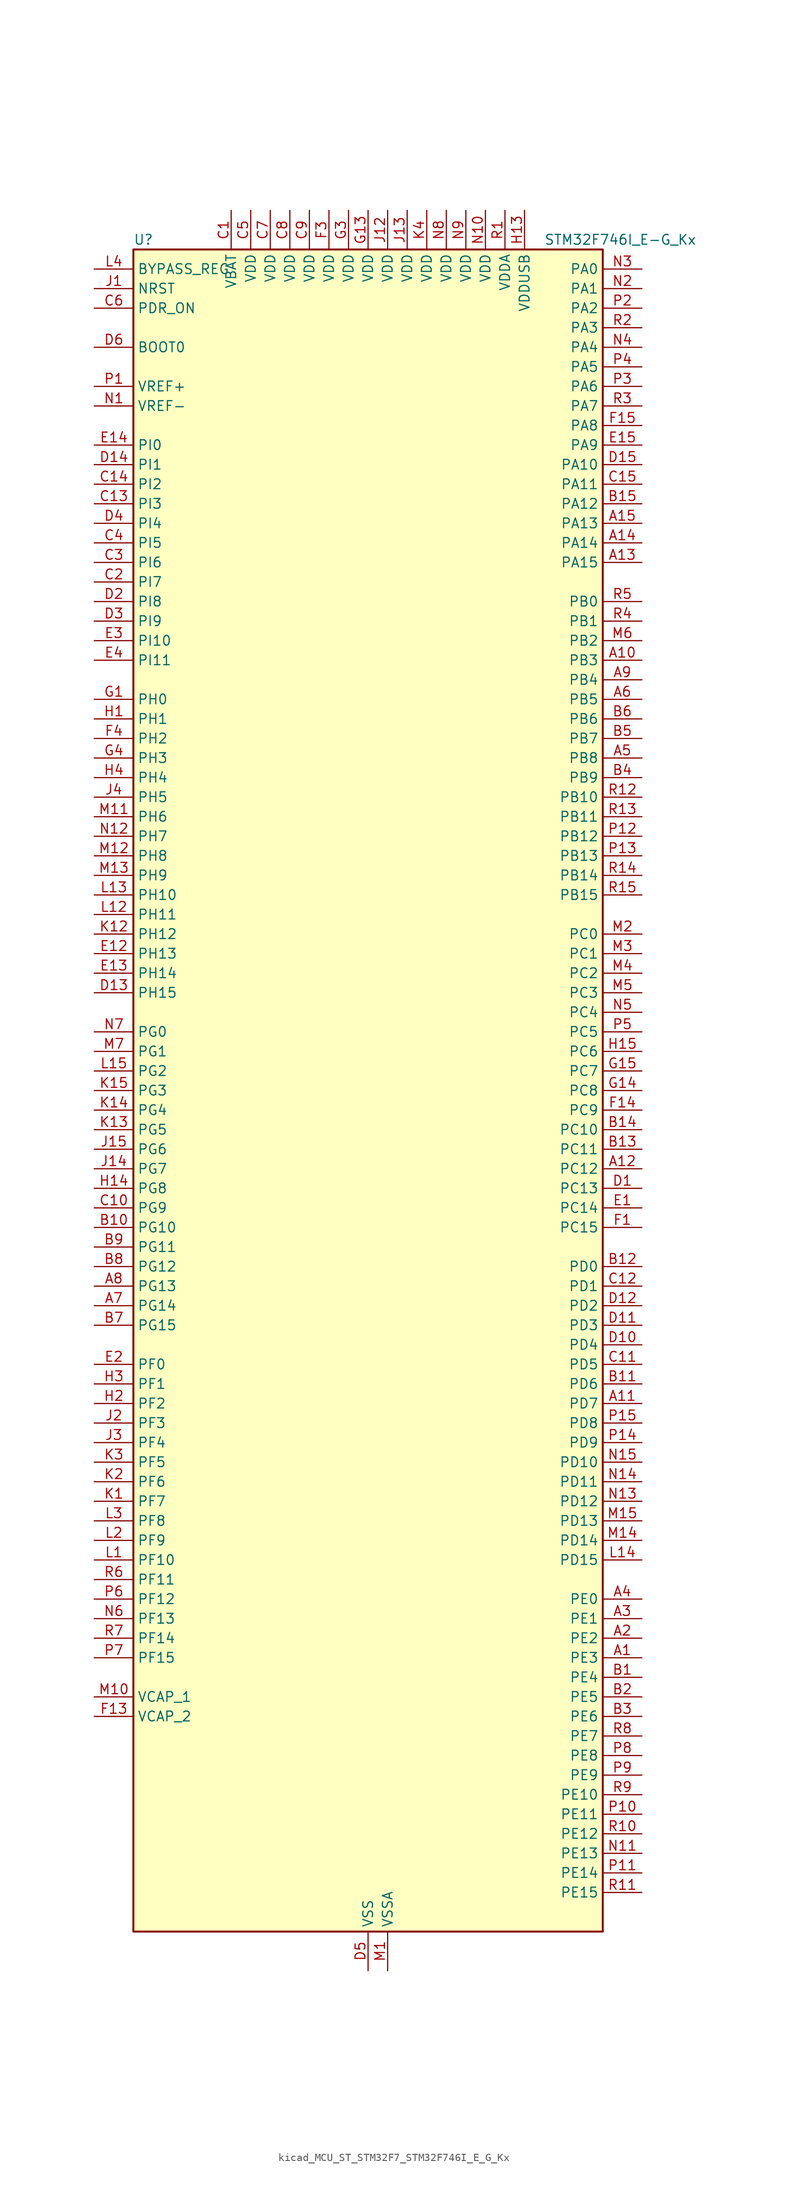
<source format=kicad_sym>
(kicad_symbol_lib
  (version 20220914)
  (generator kicad_symbol_editor)
  (symbol "kicad_MCU_ST_STM32F7_STM32F746I_E_G_Kx"
    (property "Reference" "U"
      (at -30.48 110.49 0)
      (effects (font (size 1.27 1.27)) (justify left)))
    (property "Value" "STM32F746I_E-G_Kx"
      (at 22.86 110.49 0)
      (effects (font (size 1.27 1.27)) (justify left)))
    (property "ki_locked" ""
      (at 0 0 0)
      (effects (font (size 1.27 1.27))))
    (symbol "kicad_MCU_ST_STM32F7_STM32F746I_E_G_Kx_0_1"
      (rectangle (start -30.48 -109.22) (end 30.48 109.22) (stroke (width 0.254) (type default)) (fill (type background))))
    (symbol "kicad_MCU_ST_STM32F7_STM32F746I_E_G_Kx_1_1"
      (pin bidirectional line (at 35.56 -73.66 180) (length 5.08) (name "PE3" (effects (font (size 1.27 1.27)))) (number "A1" (effects (font (size 1.27 1.27)))) (alternate "FMC_A19" bidirectional line) (alternate "SAI1_SD_B" bidirectional line) (alternate "SYS_TRACED0" bidirectional line))
      (pin bidirectional line (at 35.56 55.88 180) (length 5.08) (name "PB3" (effects (font (size 1.27 1.27)))) (number "A10" (effects (font (size 1.27 1.27)))) (alternate "I2S1_CK" bidirectional line) (alternate "I2S3_CK" bidirectional line) (alternate "SPI1_SCK" bidirectional line) (alternate "SPI3_SCK" bidirectional line) (alternate "SYS_JTDO-SWO" bidirectional line) (alternate "TIM2_CH2" bidirectional line))
      (pin bidirectional line (at 35.56 -40.64 180) (length 5.08) (name "PD7" (effects (font (size 1.27 1.27)))) (number "A11" (effects (font (size 1.27 1.27)))) (alternate "FMC_NE1" bidirectional line) (alternate "SPDIFRX_IN0" bidirectional line) (alternate "USART2_CK" bidirectional line))
      (pin bidirectional line (at 35.56 -10.16 180) (length 5.08) (name "PC12" (effects (font (size 1.27 1.27)))) (number "A12" (effects (font (size 1.27 1.27)))) (alternate "DCMI_D9" bidirectional line) (alternate "I2S3_SD" bidirectional line) (alternate "SDMMC1_CK" bidirectional line) (alternate "SPI3_MOSI" bidirectional line) (alternate "SYS_TRACED3" bidirectional line) (alternate "UART5_TX" bidirectional line) (alternate "USART3_CK" bidirectional line))
      (pin bidirectional line (at 35.56 68.58 180) (length 5.08) (name "PA15" (effects (font (size 1.27 1.27)))) (number "A13" (effects (font (size 1.27 1.27)))) (alternate "CEC" bidirectional line) (alternate "I2S1_WS" bidirectional line) (alternate "I2S3_WS" bidirectional line) (alternate "SPI1_NSS" bidirectional line) (alternate "SPI3_NSS" bidirectional line) (alternate "SYS_JTDI" bidirectional line) (alternate "TIM2_CH1" bidirectional line) (alternate "TIM2_ETR" bidirectional line) (alternate "UART4_DE" bidirectional line) (alternate "UART4_RTS" bidirectional line))
      (pin bidirectional line (at 35.56 71.12 180) (length 5.08) (name "PA14" (effects (font (size 1.27 1.27)))) (number "A14" (effects (font (size 1.27 1.27)))) (alternate "SYS_JTCK-SWCLK" bidirectional line))
      (pin bidirectional line (at 35.56 73.66 180) (length 5.08) (name "PA13" (effects (font (size 1.27 1.27)))) (number "A15" (effects (font (size 1.27 1.27)))) (alternate "SYS_JTMS-SWDIO" bidirectional line))
      (pin bidirectional line (at 35.56 -71.12 180) (length 5.08) (name "PE2" (effects (font (size 1.27 1.27)))) (number "A2" (effects (font (size 1.27 1.27)))) (alternate "ETH_TXD3" bidirectional line) (alternate "FMC_A23" bidirectional line) (alternate "QUADSPI_BK1_IO2" bidirectional line) (alternate "SAI1_MCLK_A" bidirectional line) (alternate "SPI4_SCK" bidirectional line) (alternate "SYS_TRACECLK" bidirectional line))
      (pin bidirectional line (at 35.56 -68.58 180) (length 5.08) (name "PE1" (effects (font (size 1.27 1.27)))) (number "A3" (effects (font (size 1.27 1.27)))) (alternate "DCMI_D3" bidirectional line) (alternate "FMC_NBL1" bidirectional line) (alternate "LPTIM1_IN2" bidirectional line) (alternate "UART8_TX" bidirectional line))
      (pin bidirectional line (at 35.56 -66.04 180) (length 5.08) (name "PE0" (effects (font (size 1.27 1.27)))) (number "A4" (effects (font (size 1.27 1.27)))) (alternate "DCMI_D2" bidirectional line) (alternate "FMC_NBL0" bidirectional line) (alternate "LPTIM1_ETR" bidirectional line) (alternate "SAI2_MCLK_A" bidirectional line) (alternate "TIM4_ETR" bidirectional line) (alternate "UART8_RX" bidirectional line))
      (pin bidirectional line (at 35.56 43.18 180) (length 5.08) (name "PB8" (effects (font (size 1.27 1.27)))) (number "A5" (effects (font (size 1.27 1.27)))) (alternate "CAN1_RX" bidirectional line) (alternate "DCMI_D6" bidirectional line) (alternate "ETH_TXD3" bidirectional line) (alternate "I2C1_SCL" bidirectional line) (alternate "LTDC_B6" bidirectional line) (alternate "SDMMC1_D4" bidirectional line) (alternate "TIM10_CH1" bidirectional line) (alternate "TIM4_CH3" bidirectional line))
      (pin bidirectional line (at 35.56 50.8 180) (length 5.08) (name "PB5" (effects (font (size 1.27 1.27)))) (number "A6" (effects (font (size 1.27 1.27)))) (alternate "CAN2_RX" bidirectional line) (alternate "DCMI_D10" bidirectional line) (alternate "ETH_PPS_OUT" bidirectional line) (alternate "FMC_SDCKE1" bidirectional line) (alternate "I2C1_SMBA" bidirectional line) (alternate "I2S1_SD" bidirectional line) (alternate "I2S3_SD" bidirectional line) (alternate "SPI1_MOSI" bidirectional line) (alternate "SPI3_MOSI" bidirectional line) (alternate "TIM3_CH2" bidirectional line) (alternate "USB_OTG_HS_ULPI_D7" bidirectional line))
      (pin bidirectional line (at -35.56 -27.94 0) (length 5.08) (name "PG14" (effects (font (size 1.27 1.27)))) (number "A7" (effects (font (size 1.27 1.27)))) (alternate "ETH_TXD1" bidirectional line) (alternate "FMC_A25" bidirectional line) (alternate "LPTIM1_ETR" bidirectional line) (alternate "LTDC_B0" bidirectional line) (alternate "QUADSPI_BK2_IO3" bidirectional line) (alternate "SPI6_MOSI" bidirectional line) (alternate "SYS_TRACED1" bidirectional line) (alternate "USART6_TX" bidirectional line))
      (pin bidirectional line (at -35.56 -25.4 0) (length 5.08) (name "PG13" (effects (font (size 1.27 1.27)))) (number "A8" (effects (font (size 1.27 1.27)))) (alternate "ETH_TXD0" bidirectional line) (alternate "FMC_A24" bidirectional line) (alternate "LPTIM1_OUT" bidirectional line) (alternate "LTDC_R0" bidirectional line) (alternate "SPI6_SCK" bidirectional line) (alternate "SYS_TRACED0" bidirectional line) (alternate "USART6_CTS" bidirectional line))
      (pin bidirectional line (at 35.56 53.34 180) (length 5.08) (name "PB4" (effects (font (size 1.27 1.27)))) (number "A9" (effects (font (size 1.27 1.27)))) (alternate "I2S2_WS" bidirectional line) (alternate "SPI1_MISO" bidirectional line) (alternate "SPI2_NSS" bidirectional line) (alternate "SPI3_MISO" bidirectional line) (alternate "SYS_JTRST" bidirectional line) (alternate "TIM3_CH1" bidirectional line))
      (pin bidirectional line (at 35.56 -76.2 180) (length 5.08) (name "PE4" (effects (font (size 1.27 1.27)))) (number "B1" (effects (font (size 1.27 1.27)))) (alternate "DCMI_D4" bidirectional line) (alternate "FMC_A20" bidirectional line) (alternate "LTDC_B0" bidirectional line) (alternate "SAI1_FS_A" bidirectional line) (alternate "SPI4_NSS" bidirectional line) (alternate "SYS_TRACED1" bidirectional line))
      (pin bidirectional line (at -35.56 -17.78 0) (length 5.08) (name "PG10" (effects (font (size 1.27 1.27)))) (number "B10" (effects (font (size 1.27 1.27)))) (alternate "DCMI_D2" bidirectional line) (alternate "FMC_NE3" bidirectional line) (alternate "LTDC_B2" bidirectional line) (alternate "LTDC_G3" bidirectional line) (alternate "SAI2_SD_B" bidirectional line))
      (pin bidirectional line (at 35.56 -38.1 180) (length 5.08) (name "PD6" (effects (font (size 1.27 1.27)))) (number "B11" (effects (font (size 1.27 1.27)))) (alternate "DCMI_D10" bidirectional line) (alternate "FMC_NWAIT" bidirectional line) (alternate "I2S3_SD" bidirectional line) (alternate "LTDC_B2" bidirectional line) (alternate "SAI1_SD_A" bidirectional line) (alternate "SPI3_MOSI" bidirectional line) (alternate "USART2_RX" bidirectional line))
      (pin bidirectional line (at 35.56 -22.86 180) (length 5.08) (name "PD0" (effects (font (size 1.27 1.27)))) (number "B12" (effects (font (size 1.27 1.27)))) (alternate "CAN1_RX" bidirectional line) (alternate "FMC_D2" bidirectional line) (alternate "FMC_DA2" bidirectional line))
      (pin bidirectional line (at 35.56 -7.62 180) (length 5.08) (name "PC11" (effects (font (size 1.27 1.27)))) (number "B13" (effects (font (size 1.27 1.27)))) (alternate "ADC1_EXTI11" bidirectional line) (alternate "ADC2_EXTI11" bidirectional line) (alternate "ADC3_EXTI11" bidirectional line) (alternate "DCMI_D4" bidirectional line) (alternate "QUADSPI_BK2_NCS" bidirectional line) (alternate "SDMMC1_D3" bidirectional line) (alternate "SPI3_MISO" bidirectional line) (alternate "UART4_RX" bidirectional line) (alternate "USART3_RX" bidirectional line))
      (pin bidirectional line (at 35.56 -5.08 180) (length 5.08) (name "PC10" (effects (font (size 1.27 1.27)))) (number "B14" (effects (font (size 1.27 1.27)))) (alternate "DCMI_D8" bidirectional line) (alternate "I2S3_CK" bidirectional line) (alternate "LTDC_R2" bidirectional line) (alternate "QUADSPI_BK1_IO1" bidirectional line) (alternate "SDMMC1_D2" bidirectional line) (alternate "SPI3_SCK" bidirectional line) (alternate "UART4_TX" bidirectional line) (alternate "USART3_TX" bidirectional line))
      (pin bidirectional line (at 35.56 76.2 180) (length 5.08) (name "PA12" (effects (font (size 1.27 1.27)))) (number "B15" (effects (font (size 1.27 1.27)))) (alternate "CAN1_TX" bidirectional line) (alternate "LTDC_R5" bidirectional line) (alternate "SAI2_FS_B" bidirectional line) (alternate "TIM1_ETR" bidirectional line) (alternate "USART1_DE" bidirectional line) (alternate "USART1_RTS" bidirectional line) (alternate "USB_OTG_FS_DP" bidirectional line))
      (pin bidirectional line (at 35.56 -78.74 180) (length 5.08) (name "PE5" (effects (font (size 1.27 1.27)))) (number "B2" (effects (font (size 1.27 1.27)))) (alternate "DCMI_D6" bidirectional line) (alternate "FMC_A21" bidirectional line) (alternate "LTDC_G0" bidirectional line) (alternate "SAI1_SCK_A" bidirectional line) (alternate "SPI4_MISO" bidirectional line) (alternate "SYS_TRACED2" bidirectional line) (alternate "TIM9_CH1" bidirectional line))
      (pin bidirectional line (at 35.56 -81.28 180) (length 5.08) (name "PE6" (effects (font (size 1.27 1.27)))) (number "B3" (effects (font (size 1.27 1.27)))) (alternate "DCMI_D7" bidirectional line) (alternate "FMC_A22" bidirectional line) (alternate "LTDC_G1" bidirectional line) (alternate "SAI1_SD_A" bidirectional line) (alternate "SAI2_MCLK_B" bidirectional line) (alternate "SPI4_MOSI" bidirectional line) (alternate "SYS_TRACED3" bidirectional line) (alternate "TIM1_BKIN2" bidirectional line) (alternate "TIM9_CH2" bidirectional line))
      (pin bidirectional line (at 35.56 40.64 180) (length 5.08) (name "PB9" (effects (font (size 1.27 1.27)))) (number "B4" (effects (font (size 1.27 1.27)))) (alternate "CAN1_TX" bidirectional line) (alternate "DAC_EXTI9" bidirectional line) (alternate "DCMI_D7" bidirectional line) (alternate "I2C1_SDA" bidirectional line) (alternate "I2S2_WS" bidirectional line) (alternate "LTDC_B7" bidirectional line) (alternate "SDMMC1_D5" bidirectional line) (alternate "SPI2_NSS" bidirectional line) (alternate "TIM11_CH1" bidirectional line) (alternate "TIM4_CH4" bidirectional line))
      (pin bidirectional line (at 35.56 45.72 180) (length 5.08) (name "PB7" (effects (font (size 1.27 1.27)))) (number "B5" (effects (font (size 1.27 1.27)))) (alternate "DCMI_VSYNC" bidirectional line) (alternate "FMC_NL" bidirectional line) (alternate "I2C1_SDA" bidirectional line) (alternate "TIM4_CH2" bidirectional line) (alternate "USART1_RX" bidirectional line))
      (pin bidirectional line (at 35.56 48.26 180) (length 5.08) (name "PB6" (effects (font (size 1.27 1.27)))) (number "B6" (effects (font (size 1.27 1.27)))) (alternate "CAN2_TX" bidirectional line) (alternate "CEC" bidirectional line) (alternate "DCMI_D5" bidirectional line) (alternate "FMC_SDNE1" bidirectional line) (alternate "I2C1_SCL" bidirectional line) (alternate "QUADSPI_BK1_NCS" bidirectional line) (alternate "TIM4_CH1" bidirectional line) (alternate "USART1_TX" bidirectional line))
      (pin bidirectional line (at -35.56 -30.48 0) (length 5.08) (name "PG15" (effects (font (size 1.27 1.27)))) (number "B7" (effects (font (size 1.27 1.27)))) (alternate "DCMI_D13" bidirectional line) (alternate "FMC_SDNCAS" bidirectional line) (alternate "USART6_CTS" bidirectional line))
      (pin bidirectional line (at -35.56 -22.86 0) (length 5.08) (name "PG12" (effects (font (size 1.27 1.27)))) (number "B8" (effects (font (size 1.27 1.27)))) (alternate "FMC_NE4" bidirectional line) (alternate "LPTIM1_IN1" bidirectional line) (alternate "LTDC_B1" bidirectional line) (alternate "LTDC_B4" bidirectional line) (alternate "SPDIFRX_IN1" bidirectional line) (alternate "SPI6_MISO" bidirectional line) (alternate "USART6_DE" bidirectional line) (alternate "USART6_RTS" bidirectional line))
      (pin bidirectional line (at -35.56 -20.32 0) (length 5.08) (name "PG11" (effects (font (size 1.27 1.27)))) (number "B9" (effects (font (size 1.27 1.27)))) (alternate "ADC1_EXTI11" bidirectional line) (alternate "ADC2_EXTI11" bidirectional line) (alternate "ADC3_EXTI11" bidirectional line) (alternate "DCMI_D3" bidirectional line) (alternate "ETH_TX_EN" bidirectional line) (alternate "LTDC_B3" bidirectional line) (alternate "SPDIFRX_IN0" bidirectional line))
      (pin power_in line (at -17.78 114.3 270) (length 5.08) (name "VBAT" (effects (font (size 1.27 1.27)))) (number "C1" (effects (font (size 1.27 1.27)))))
      (pin bidirectional line (at -35.56 -15.24 0) (length 5.08) (name "PG9" (effects (font (size 1.27 1.27)))) (number "C10" (effects (font (size 1.27 1.27)))) (alternate "DAC_EXTI9" bidirectional line) (alternate "DCMI_VSYNC" bidirectional line) (alternate "FMC_NCE" bidirectional line) (alternate "FMC_NE2" bidirectional line) (alternate "QUADSPI_BK2_IO2" bidirectional line) (alternate "SAI2_FS_B" bidirectional line) (alternate "SPDIFRX_IN3" bidirectional line) (alternate "USART6_RX" bidirectional line))
      (pin bidirectional line (at 35.56 -35.56 180) (length 5.08) (name "PD5" (effects (font (size 1.27 1.27)))) (number "C11" (effects (font (size 1.27 1.27)))) (alternate "FMC_NWE" bidirectional line) (alternate "USART2_TX" bidirectional line))
      (pin bidirectional line (at 35.56 -25.4 180) (length 5.08) (name "PD1" (effects (font (size 1.27 1.27)))) (number "C12" (effects (font (size 1.27 1.27)))) (alternate "CAN1_TX" bidirectional line) (alternate "FMC_D3" bidirectional line) (alternate "FMC_DA3" bidirectional line))
      (pin bidirectional line (at -35.56 76.2 0) (length 5.08) (name "PI3" (effects (font (size 1.27 1.27)))) (number "C13" (effects (font (size 1.27 1.27)))) (alternate "DCMI_D10" bidirectional line) (alternate "FMC_D27" bidirectional line) (alternate "I2S2_SD" bidirectional line) (alternate "SPI2_MOSI" bidirectional line) (alternate "TIM8_ETR" bidirectional line))
      (pin bidirectional line (at -35.56 78.74 0) (length 5.08) (name "PI2" (effects (font (size 1.27 1.27)))) (number "C14" (effects (font (size 1.27 1.27)))) (alternate "DCMI_D9" bidirectional line) (alternate "FMC_D26" bidirectional line) (alternate "LTDC_G7" bidirectional line) (alternate "SPI2_MISO" bidirectional line) (alternate "TIM8_CH4" bidirectional line))
      (pin bidirectional line (at 35.56 78.74 180) (length 5.08) (name "PA11" (effects (font (size 1.27 1.27)))) (number "C15" (effects (font (size 1.27 1.27)))) (alternate "ADC1_EXTI11" bidirectional line) (alternate "ADC2_EXTI11" bidirectional line) (alternate "ADC3_EXTI11" bidirectional line) (alternate "CAN1_RX" bidirectional line) (alternate "LTDC_R4" bidirectional line) (alternate "TIM1_CH4" bidirectional line) (alternate "USART1_CTS" bidirectional line) (alternate "USB_OTG_FS_DM" bidirectional line))
      (pin bidirectional line (at -35.56 66.04 0) (length 5.08) (name "PI7" (effects (font (size 1.27 1.27)))) (number "C2" (effects (font (size 1.27 1.27)))) (alternate "DCMI_D7" bidirectional line) (alternate "FMC_D29" bidirectional line) (alternate "LTDC_B7" bidirectional line) (alternate "SAI2_FS_A" bidirectional line) (alternate "TIM8_CH3" bidirectional line))
      (pin bidirectional line (at -35.56 68.58 0) (length 5.08) (name "PI6" (effects (font (size 1.27 1.27)))) (number "C3" (effects (font (size 1.27 1.27)))) (alternate "DCMI_D6" bidirectional line) (alternate "FMC_D28" bidirectional line) (alternate "LTDC_B6" bidirectional line) (alternate "SAI2_SD_A" bidirectional line) (alternate "TIM8_CH2" bidirectional line))
      (pin bidirectional line (at -35.56 71.12 0) (length 5.08) (name "PI5" (effects (font (size 1.27 1.27)))) (number "C4" (effects (font (size 1.27 1.27)))) (alternate "DCMI_VSYNC" bidirectional line) (alternate "FMC_NBL3" bidirectional line) (alternate "LTDC_B5" bidirectional line) (alternate "SAI2_SCK_A" bidirectional line) (alternate "TIM8_CH1" bidirectional line))
      (pin power_in line (at -15.24 114.3 270) (length 5.08) (name "VDD" (effects (font (size 1.27 1.27)))) (number "C5" (effects (font (size 1.27 1.27)))))
      (pin input line (at -35.56 101.6 0) (length 5.08) (name "PDR_ON" (effects (font (size 1.27 1.27)))) (number "C6" (effects (font (size 1.27 1.27)))))
      (pin power_in line (at -12.7 114.3 270) (length 5.08) (name "VDD" (effects (font (size 1.27 1.27)))) (number "C7" (effects (font (size 1.27 1.27)))))
      (pin power_in line (at -10.16 114.3 270) (length 5.08) (name "VDD" (effects (font (size 1.27 1.27)))) (number "C8" (effects (font (size 1.27 1.27)))))
      (pin power_in line (at -7.62 114.3 270) (length 5.08) (name "VDD" (effects (font (size 1.27 1.27)))) (number "C9" (effects (font (size 1.27 1.27)))))
      (pin bidirectional line (at 35.56 -12.7 180) (length 5.08) (name "PC13" (effects (font (size 1.27 1.27)))) (number "D1" (effects (font (size 1.27 1.27)))) (alternate "RTC_OUT" bidirectional line) (alternate "RTC_TAMP1" bidirectional line) (alternate "RTC_TS" bidirectional line) (alternate "SYS_WKUP4" bidirectional line))
      (pin bidirectional line (at 35.56 -33.02 180) (length 5.08) (name "PD4" (effects (font (size 1.27 1.27)))) (number "D10" (effects (font (size 1.27 1.27)))) (alternate "FMC_NOE" bidirectional line) (alternate "USART2_DE" bidirectional line) (alternate "USART2_RTS" bidirectional line))
      (pin bidirectional line (at 35.56 -30.48 180) (length 5.08) (name "PD3" (effects (font (size 1.27 1.27)))) (number "D11" (effects (font (size 1.27 1.27)))) (alternate "DCMI_D5" bidirectional line) (alternate "FMC_CLK" bidirectional line) (alternate "I2S2_CK" bidirectional line) (alternate "LTDC_G7" bidirectional line) (alternate "SPI2_SCK" bidirectional line) (alternate "USART2_CTS" bidirectional line))
      (pin bidirectional line (at 35.56 -27.94 180) (length 5.08) (name "PD2" (effects (font (size 1.27 1.27)))) (number "D12" (effects (font (size 1.27 1.27)))) (alternate "DCMI_D11" bidirectional line) (alternate "SDMMC1_CMD" bidirectional line) (alternate "SYS_TRACED2" bidirectional line) (alternate "TIM3_ETR" bidirectional line) (alternate "UART5_RX" bidirectional line))
      (pin bidirectional line (at -35.56 12.7 0) (length 5.08) (name "PH15" (effects (font (size 1.27 1.27)))) (number "D13" (effects (font (size 1.27 1.27)))) (alternate "DCMI_D11" bidirectional line) (alternate "FMC_D23" bidirectional line) (alternate "LTDC_G4" bidirectional line) (alternate "TIM8_CH3N" bidirectional line))
      (pin bidirectional line (at -35.56 81.28 0) (length 5.08) (name "PI1" (effects (font (size 1.27 1.27)))) (number "D14" (effects (font (size 1.27 1.27)))) (alternate "DCMI_D8" bidirectional line) (alternate "FMC_D25" bidirectional line) (alternate "I2S2_CK" bidirectional line) (alternate "LTDC_G6" bidirectional line) (alternate "SPI2_SCK" bidirectional line) (alternate "TIM8_BKIN2" bidirectional line))
      (pin bidirectional line (at 35.56 81.28 180) (length 5.08) (name "PA10" (effects (font (size 1.27 1.27)))) (number "D15" (effects (font (size 1.27 1.27)))) (alternate "DCMI_D1" bidirectional line) (alternate "TIM1_CH3" bidirectional line) (alternate "USART1_RX" bidirectional line) (alternate "USB_OTG_FS_ID" bidirectional line))
      (pin bidirectional line (at -35.56 63.5 0) (length 5.08) (name "PI8" (effects (font (size 1.27 1.27)))) (number "D2" (effects (font (size 1.27 1.27)))) (alternate "RTC_TAMP2" bidirectional line) (alternate "RTC_TS" bidirectional line) (alternate "SYS_WKUP5" bidirectional line))
      (pin bidirectional line (at -35.56 60.96 0) (length 5.08) (name "PI9" (effects (font (size 1.27 1.27)))) (number "D3" (effects (font (size 1.27 1.27)))) (alternate "CAN1_RX" bidirectional line) (alternate "DAC_EXTI9" bidirectional line) (alternate "FMC_D30" bidirectional line) (alternate "LTDC_VSYNC" bidirectional line))
      (pin bidirectional line (at -35.56 73.66 0) (length 5.08) (name "PI4" (effects (font (size 1.27 1.27)))) (number "D4" (effects (font (size 1.27 1.27)))) (alternate "DCMI_D5" bidirectional line) (alternate "FMC_NBL2" bidirectional line) (alternate "LTDC_B4" bidirectional line) (alternate "SAI2_MCLK_A" bidirectional line) (alternate "TIM8_BKIN" bidirectional line))
      (pin power_in line (at 0 -114.3 90) (length 5.08) (name "VSS" (effects (font (size 1.27 1.27)))) (number "D5" (effects (font (size 1.27 1.27)))))
      (pin input line (at -35.56 96.52 0) (length 5.08) (name "BOOT0" (effects (font (size 1.27 1.27)))) (number "D6" (effects (font (size 1.27 1.27)))))
      (pin passive line (at 0 -114.3 90) (length 5.08) hide (name "VSS" (effects (font (size 1.27 1.27)))) (number "D7" (effects (font (size 1.27 1.27)))))
      (pin passive line (at 0 -114.3 90) (length 5.08) hide (name "VSS" (effects (font (size 1.27 1.27)))) (number "D8" (effects (font (size 1.27 1.27)))))
      (pin passive line (at 0 -114.3 90) (length 5.08) hide (name "VSS" (effects (font (size 1.27 1.27)))) (number "D9" (effects (font (size 1.27 1.27)))))
      (pin bidirectional line (at 35.56 -15.24 180) (length 5.08) (name "PC14" (effects (font (size 1.27 1.27)))) (number "E1" (effects (font (size 1.27 1.27)))) (alternate "RCC_OSC32_IN" bidirectional line))
      (pin bidirectional line (at -35.56 17.78 0) (length 5.08) (name "PH13" (effects (font (size 1.27 1.27)))) (number "E12" (effects (font (size 1.27 1.27)))) (alternate "CAN1_TX" bidirectional line) (alternate "FMC_D21" bidirectional line) (alternate "LTDC_G2" bidirectional line) (alternate "TIM8_CH1N" bidirectional line))
      (pin bidirectional line (at -35.56 15.24 0) (length 5.08) (name "PH14" (effects (font (size 1.27 1.27)))) (number "E13" (effects (font (size 1.27 1.27)))) (alternate "DCMI_D4" bidirectional line) (alternate "FMC_D22" bidirectional line) (alternate "LTDC_G3" bidirectional line) (alternate "TIM8_CH2N" bidirectional line))
      (pin bidirectional line (at -35.56 83.82 0) (length 5.08) (name "PI0" (effects (font (size 1.27 1.27)))) (number "E14" (effects (font (size 1.27 1.27)))) (alternate "DCMI_D13" bidirectional line) (alternate "FMC_D24" bidirectional line) (alternate "I2S2_WS" bidirectional line) (alternate "LTDC_G5" bidirectional line) (alternate "SPI2_NSS" bidirectional line) (alternate "TIM5_CH4" bidirectional line))
      (pin bidirectional line (at 35.56 83.82 180) (length 5.08) (name "PA9" (effects (font (size 1.27 1.27)))) (number "E15" (effects (font (size 1.27 1.27)))) (alternate "DAC_EXTI9" bidirectional line) (alternate "DCMI_D0" bidirectional line) (alternate "I2C3_SMBA" bidirectional line) (alternate "I2S2_CK" bidirectional line) (alternate "SPI2_SCK" bidirectional line) (alternate "TIM1_CH2" bidirectional line) (alternate "USART1_TX" bidirectional line) (alternate "USB_OTG_FS_VBUS" bidirectional line))
      (pin bidirectional line (at -35.56 -35.56 0) (length 5.08) (name "PF0" (effects (font (size 1.27 1.27)))) (number "E2" (effects (font (size 1.27 1.27)))) (alternate "FMC_A0" bidirectional line) (alternate "I2C2_SDA" bidirectional line))
      (pin bidirectional line (at -35.56 58.42 0) (length 5.08) (name "PI10" (effects (font (size 1.27 1.27)))) (number "E3" (effects (font (size 1.27 1.27)))) (alternate "ETH_RX_ER" bidirectional line) (alternate "FMC_D31" bidirectional line) (alternate "LTDC_HSYNC" bidirectional line))
      (pin bidirectional line (at -35.56 55.88 0) (length 5.08) (name "PI11" (effects (font (size 1.27 1.27)))) (number "E4" (effects (font (size 1.27 1.27)))) (alternate "ADC1_EXTI11" bidirectional line) (alternate "ADC2_EXTI11" bidirectional line) (alternate "ADC3_EXTI11" bidirectional line) (alternate "SYS_WKUP6" bidirectional line) (alternate "USB_OTG_HS_ULPI_DIR" bidirectional line))
      (pin bidirectional line (at 35.56 -17.78 180) (length 5.08) (name "PC15" (effects (font (size 1.27 1.27)))) (number "F1" (effects (font (size 1.27 1.27)))) (alternate "RCC_OSC32_OUT" bidirectional line))
      (pin passive line (at 0 -114.3 90) (length 5.08) hide (name "VSS" (effects (font (size 1.27 1.27)))) (number "F10" (effects (font (size 1.27 1.27)))))
      (pin passive line (at 0 -114.3 90) (length 5.08) hide (name "VSS" (effects (font (size 1.27 1.27)))) (number "F12" (effects (font (size 1.27 1.27)))))
      (pin power_out line (at -35.56 -81.28 0) (length 5.08) (name "VCAP_2" (effects (font (size 1.27 1.27)))) (number "F13" (effects (font (size 1.27 1.27)))))
      (pin bidirectional line (at 35.56 -2.54 180) (length 5.08) (name "PC9" (effects (font (size 1.27 1.27)))) (number "F14" (effects (font (size 1.27 1.27)))) (alternate "DAC_EXTI9" bidirectional line) (alternate "DCMI_D3" bidirectional line) (alternate "I2C3_SDA" bidirectional line) (alternate "I2S_CKIN" bidirectional line) (alternate "QUADSPI_BK1_IO0" bidirectional line) (alternate "RCC_MCO_2" bidirectional line) (alternate "SDMMC1_D1" bidirectional line) (alternate "TIM3_CH4" bidirectional line) (alternate "TIM8_CH4" bidirectional line) (alternate "UART5_CTS" bidirectional line))
      (pin bidirectional line (at 35.56 86.36 180) (length 5.08) (name "PA8" (effects (font (size 1.27 1.27)))) (number "F15" (effects (font (size 1.27 1.27)))) (alternate "I2C3_SCL" bidirectional line) (alternate "LTDC_R6" bidirectional line) (alternate "RCC_MCO_1" bidirectional line) (alternate "TIM1_CH1" bidirectional line) (alternate "TIM8_BKIN2" bidirectional line) (alternate "USART1_CK" bidirectional line) (alternate "USB_OTG_FS_SOF" bidirectional line))
      (pin passive line (at 0 -114.3 90) (length 5.08) hide (name "VSS" (effects (font (size 1.27 1.27)))) (number "F2" (effects (font (size 1.27 1.27)))))
      (pin power_in line (at -5.08 114.3 270) (length 5.08) (name "VDD" (effects (font (size 1.27 1.27)))) (number "F3" (effects (font (size 1.27 1.27)))))
      (pin bidirectional line (at -35.56 45.72 0) (length 5.08) (name "PH2" (effects (font (size 1.27 1.27)))) (number "F4" (effects (font (size 1.27 1.27)))) (alternate "ETH_CRS" bidirectional line) (alternate "FMC_SDCKE0" bidirectional line) (alternate "LPTIM1_IN2" bidirectional line) (alternate "LTDC_R0" bidirectional line) (alternate "QUADSPI_BK2_IO0" bidirectional line) (alternate "SAI2_SCK_B" bidirectional line))
      (pin passive line (at 0 -114.3 90) (length 5.08) hide (name "VSS" (effects (font (size 1.27 1.27)))) (number "F6" (effects (font (size 1.27 1.27)))))
      (pin passive line (at 0 -114.3 90) (length 5.08) hide (name "VSS" (effects (font (size 1.27 1.27)))) (number "F7" (effects (font (size 1.27 1.27)))))
      (pin passive line (at 0 -114.3 90) (length 5.08) hide (name "VSS" (effects (font (size 1.27 1.27)))) (number "F8" (effects (font (size 1.27 1.27)))))
      (pin passive line (at 0 -114.3 90) (length 5.08) hide (name "VSS" (effects (font (size 1.27 1.27)))) (number "F9" (effects (font (size 1.27 1.27)))))
      (pin bidirectional line (at -35.56 50.8 0) (length 5.08) (name "PH0" (effects (font (size 1.27 1.27)))) (number "G1" (effects (font (size 1.27 1.27)))) (alternate "RCC_OSC_IN" bidirectional line))
      (pin passive line (at 0 -114.3 90) (length 5.08) hide (name "VSS" (effects (font (size 1.27 1.27)))) (number "G10" (effects (font (size 1.27 1.27)))))
      (pin passive line (at 0 -114.3 90) (length 5.08) hide (name "VSS" (effects (font (size 1.27 1.27)))) (number "G12" (effects (font (size 1.27 1.27)))))
      (pin power_in line (at 0 114.3 270) (length 5.08) (name "VDD" (effects (font (size 1.27 1.27)))) (number "G13" (effects (font (size 1.27 1.27)))))
      (pin bidirectional line (at 35.56 0 180) (length 5.08) (name "PC8" (effects (font (size 1.27 1.27)))) (number "G14" (effects (font (size 1.27 1.27)))) (alternate "DCMI_D2" bidirectional line) (alternate "SDMMC1_D0" bidirectional line) (alternate "SYS_TRACED1" bidirectional line) (alternate "TIM3_CH3" bidirectional line) (alternate "TIM8_CH3" bidirectional line) (alternate "UART5_DE" bidirectional line) (alternate "UART5_RTS" bidirectional line) (alternate "USART6_CK" bidirectional line))
      (pin bidirectional line (at 35.56 2.54 180) (length 5.08) (name "PC7" (effects (font (size 1.27 1.27)))) (number "G15" (effects (font (size 1.27 1.27)))) (alternate "DCMI_D1" bidirectional line) (alternate "I2S3_MCK" bidirectional line) (alternate "LTDC_G6" bidirectional line) (alternate "SDMMC1_D7" bidirectional line) (alternate "TIM3_CH2" bidirectional line) (alternate "TIM8_CH2" bidirectional line) (alternate "USART6_RX" bidirectional line))
      (pin passive line (at 0 -114.3 90) (length 5.08) hide (name "VSS" (effects (font (size 1.27 1.27)))) (number "G2" (effects (font (size 1.27 1.27)))))
      (pin power_in line (at -2.54 114.3 270) (length 5.08) (name "VDD" (effects (font (size 1.27 1.27)))) (number "G3" (effects (font (size 1.27 1.27)))))
      (pin bidirectional line (at -35.56 43.18 0) (length 5.08) (name "PH3" (effects (font (size 1.27 1.27)))) (number "G4" (effects (font (size 1.27 1.27)))) (alternate "ETH_COL" bidirectional line) (alternate "FMC_SDNE0" bidirectional line) (alternate "LTDC_R1" bidirectional line) (alternate "QUADSPI_BK2_IO1" bidirectional line) (alternate "SAI2_MCLK_B" bidirectional line))
      (pin passive line (at 0 -114.3 90) (length 5.08) hide (name "VSS" (effects (font (size 1.27 1.27)))) (number "G6" (effects (font (size 1.27 1.27)))))
      (pin passive line (at 0 -114.3 90) (length 5.08) hide (name "VSS" (effects (font (size 1.27 1.27)))) (number "G7" (effects (font (size 1.27 1.27)))))
      (pin passive line (at 0 -114.3 90) (length 5.08) hide (name "VSS" (effects (font (size 1.27 1.27)))) (number "G8" (effects (font (size 1.27 1.27)))))
      (pin passive line (at 0 -114.3 90) (length 5.08) hide (name "VSS" (effects (font (size 1.27 1.27)))) (number "G9" (effects (font (size 1.27 1.27)))))
      (pin bidirectional line (at -35.56 48.26 0) (length 5.08) (name "PH1" (effects (font (size 1.27 1.27)))) (number "H1" (effects (font (size 1.27 1.27)))) (alternate "RCC_OSC_OUT" bidirectional line))
      (pin passive line (at 0 -114.3 90) (length 5.08) hide (name "VSS" (effects (font (size 1.27 1.27)))) (number "H10" (effects (font (size 1.27 1.27)))))
      (pin passive line (at 0 -114.3 90) (length 5.08) hide (name "VSS" (effects (font (size 1.27 1.27)))) (number "H12" (effects (font (size 1.27 1.27)))))
      (pin power_in line (at 20.32 114.3 270) (length 5.08) (name "VDDUSB" (effects (font (size 1.27 1.27)))) (number "H13" (effects (font (size 1.27 1.27)))))
      (pin bidirectional line (at -35.56 -12.7 0) (length 5.08) (name "PG8" (effects (font (size 1.27 1.27)))) (number "H14" (effects (font (size 1.27 1.27)))) (alternate "ETH_PPS_OUT" bidirectional line) (alternate "FMC_SDCLK" bidirectional line) (alternate "SPDIFRX_IN2" bidirectional line) (alternate "SPI6_NSS" bidirectional line) (alternate "USART6_DE" bidirectional line) (alternate "USART6_RTS" bidirectional line))
      (pin bidirectional line (at 35.56 5.08 180) (length 5.08) (name "PC6" (effects (font (size 1.27 1.27)))) (number "H15" (effects (font (size 1.27 1.27)))) (alternate "DCMI_D0" bidirectional line) (alternate "I2S2_MCK" bidirectional line) (alternate "LTDC_HSYNC" bidirectional line) (alternate "SDMMC1_D6" bidirectional line) (alternate "TIM3_CH1" bidirectional line) (alternate "TIM8_CH1" bidirectional line) (alternate "USART6_TX" bidirectional line))
      (pin bidirectional line (at -35.56 -40.64 0) (length 5.08) (name "PF2" (effects (font (size 1.27 1.27)))) (number "H2" (effects (font (size 1.27 1.27)))) (alternate "FMC_A2" bidirectional line) (alternate "I2C2_SMBA" bidirectional line))
      (pin bidirectional line (at -35.56 -38.1 0) (length 5.08) (name "PF1" (effects (font (size 1.27 1.27)))) (number "H3" (effects (font (size 1.27 1.27)))) (alternate "FMC_A1" bidirectional line) (alternate "I2C2_SCL" bidirectional line))
      (pin bidirectional line (at -35.56 40.64 0) (length 5.08) (name "PH4" (effects (font (size 1.27 1.27)))) (number "H4" (effects (font (size 1.27 1.27)))) (alternate "I2C2_SCL" bidirectional line) (alternate "USB_OTG_HS_ULPI_NXT" bidirectional line))
      (pin passive line (at 0 -114.3 90) (length 5.08) hide (name "VSS" (effects (font (size 1.27 1.27)))) (number "H6" (effects (font (size 1.27 1.27)))))
      (pin passive line (at 0 -114.3 90) (length 5.08) hide (name "VSS" (effects (font (size 1.27 1.27)))) (number "H7" (effects (font (size 1.27 1.27)))))
      (pin passive line (at 0 -114.3 90) (length 5.08) hide (name "VSS" (effects (font (size 1.27 1.27)))) (number "H8" (effects (font (size 1.27 1.27)))))
      (pin passive line (at 0 -114.3 90) (length 5.08) hide (name "VSS" (effects (font (size 1.27 1.27)))) (number "H9" (effects (font (size 1.27 1.27)))))
      (pin input line (at -35.56 104.14 0) (length 5.08) (name "NRST" (effects (font (size 1.27 1.27)))) (number "J1" (effects (font (size 1.27 1.27)))))
      (pin passive line (at 0 -114.3 90) (length 5.08) hide (name "VSS" (effects (font (size 1.27 1.27)))) (number "J10" (effects (font (size 1.27 1.27)))))
      (pin power_in line (at 2.54 114.3 270) (length 5.08) (name "VDD" (effects (font (size 1.27 1.27)))) (number "J12" (effects (font (size 1.27 1.27)))))
      (pin power_in line (at 5.08 114.3 270) (length 5.08) (name "VDD" (effects (font (size 1.27 1.27)))) (number "J13" (effects (font (size 1.27 1.27)))))
      (pin bidirectional line (at -35.56 -10.16 0) (length 5.08) (name "PG7" (effects (font (size 1.27 1.27)))) (number "J14" (effects (font (size 1.27 1.27)))) (alternate "DCMI_D13" bidirectional line) (alternate "FMC_INT" bidirectional line) (alternate "LTDC_CLK" bidirectional line) (alternate "USART6_CK" bidirectional line))
      (pin bidirectional line (at -35.56 -7.62 0) (length 5.08) (name "PG6" (effects (font (size 1.27 1.27)))) (number "J15" (effects (font (size 1.27 1.27)))) (alternate "DCMI_D12" bidirectional line) (alternate "LTDC_R7" bidirectional line))
      (pin bidirectional line (at -35.56 -43.18 0) (length 5.08) (name "PF3" (effects (font (size 1.27 1.27)))) (number "J2" (effects (font (size 1.27 1.27)))) (alternate "ADC3_IN9" bidirectional line) (alternate "FMC_A3" bidirectional line))
      (pin bidirectional line (at -35.56 -45.72 0) (length 5.08) (name "PF4" (effects (font (size 1.27 1.27)))) (number "J3" (effects (font (size 1.27 1.27)))) (alternate "ADC3_IN14" bidirectional line) (alternate "FMC_A4" bidirectional line))
      (pin bidirectional line (at -35.56 38.1 0) (length 5.08) (name "PH5" (effects (font (size 1.27 1.27)))) (number "J4" (effects (font (size 1.27 1.27)))) (alternate "FMC_SDNWE" bidirectional line) (alternate "I2C2_SDA" bidirectional line) (alternate "SPI5_NSS" bidirectional line))
      (pin passive line (at 0 -114.3 90) (length 5.08) hide (name "VSS" (effects (font (size 1.27 1.27)))) (number "J6" (effects (font (size 1.27 1.27)))))
      (pin passive line (at 0 -114.3 90) (length 5.08) hide (name "VSS" (effects (font (size 1.27 1.27)))) (number "J7" (effects (font (size 1.27 1.27)))))
      (pin passive line (at 0 -114.3 90) (length 5.08) hide (name "VSS" (effects (font (size 1.27 1.27)))) (number "J8" (effects (font (size 1.27 1.27)))))
      (pin passive line (at 0 -114.3 90) (length 5.08) hide (name "VSS" (effects (font (size 1.27 1.27)))) (number "J9" (effects (font (size 1.27 1.27)))))
      (pin bidirectional line (at -35.56 -53.34 0) (length 5.08) (name "PF7" (effects (font (size 1.27 1.27)))) (number "K1" (effects (font (size 1.27 1.27)))) (alternate "ADC3_IN5" bidirectional line) (alternate "QUADSPI_BK1_IO2" bidirectional line) (alternate "SAI1_MCLK_B" bidirectional line) (alternate "SPI5_SCK" bidirectional line) (alternate "TIM11_CH1" bidirectional line) (alternate "UART7_TX" bidirectional line))
      (pin passive line (at 0 -114.3 90) (length 5.08) hide (name "VSS" (effects (font (size 1.27 1.27)))) (number "K10" (effects (font (size 1.27 1.27)))))
      (pin bidirectional line (at -35.56 20.32 0) (length 5.08) (name "PH12" (effects (font (size 1.27 1.27)))) (number "K12" (effects (font (size 1.27 1.27)))) (alternate "DCMI_D3" bidirectional line) (alternate "FMC_D20" bidirectional line) (alternate "I2C4_SDA" bidirectional line) (alternate "LTDC_R6" bidirectional line) (alternate "TIM5_CH3" bidirectional line))
      (pin bidirectional line (at -35.56 -5.08 0) (length 5.08) (name "PG5" (effects (font (size 1.27 1.27)))) (number "K13" (effects (font (size 1.27 1.27)))) (alternate "FMC_A15" bidirectional line) (alternate "FMC_BA1" bidirectional line))
      (pin bidirectional line (at -35.56 -2.54 0) (length 5.08) (name "PG4" (effects (font (size 1.27 1.27)))) (number "K14" (effects (font (size 1.27 1.27)))) (alternate "FMC_A14" bidirectional line) (alternate "FMC_BA0" bidirectional line))
      (pin bidirectional line (at -35.56 0 0) (length 5.08) (name "PG3" (effects (font (size 1.27 1.27)))) (number "K15" (effects (font (size 1.27 1.27)))) (alternate "FMC_A13" bidirectional line))
      (pin bidirectional line (at -35.56 -50.8 0) (length 5.08) (name "PF6" (effects (font (size 1.27 1.27)))) (number "K2" (effects (font (size 1.27 1.27)))) (alternate "ADC3_IN4" bidirectional line) (alternate "QUADSPI_BK1_IO3" bidirectional line) (alternate "SAI1_SD_B" bidirectional line) (alternate "SPI5_NSS" bidirectional line) (alternate "TIM10_CH1" bidirectional line) (alternate "UART7_RX" bidirectional line))
      (pin bidirectional line (at -35.56 -48.26 0) (length 5.08) (name "PF5" (effects (font (size 1.27 1.27)))) (number "K3" (effects (font (size 1.27 1.27)))) (alternate "ADC3_IN15" bidirectional line) (alternate "FMC_A5" bidirectional line))
      (pin power_in line (at 7.62 114.3 270) (length 5.08) (name "VDD" (effects (font (size 1.27 1.27)))) (number "K4" (effects (font (size 1.27 1.27)))))
      (pin passive line (at 0 -114.3 90) (length 5.08) hide (name "VSS" (effects (font (size 1.27 1.27)))) (number "K6" (effects (font (size 1.27 1.27)))))
      (pin passive line (at 0 -114.3 90) (length 5.08) hide (name "VSS" (effects (font (size 1.27 1.27)))) (number "K7" (effects (font (size 1.27 1.27)))))
      (pin passive line (at 0 -114.3 90) (length 5.08) hide (name "VSS" (effects (font (size 1.27 1.27)))) (number "K8" (effects (font (size 1.27 1.27)))))
      (pin passive line (at 0 -114.3 90) (length 5.08) hide (name "VSS" (effects (font (size 1.27 1.27)))) (number "K9" (effects (font (size 1.27 1.27)))))
      (pin bidirectional line (at -35.56 -60.96 0) (length 5.08) (name "PF10" (effects (font (size 1.27 1.27)))) (number "L1" (effects (font (size 1.27 1.27)))) (alternate "ADC3_IN8" bidirectional line) (alternate "DCMI_D11" bidirectional line) (alternate "LTDC_DE" bidirectional line))
      (pin bidirectional line (at -35.56 22.86 0) (length 5.08) (name "PH11" (effects (font (size 1.27 1.27)))) (number "L12" (effects (font (size 1.27 1.27)))) (alternate "ADC1_EXTI11" bidirectional line) (alternate "ADC2_EXTI11" bidirectional line) (alternate "ADC3_EXTI11" bidirectional line) (alternate "DCMI_D2" bidirectional line) (alternate "FMC_D19" bidirectional line) (alternate "I2C4_SCL" bidirectional line) (alternate "LTDC_R5" bidirectional line) (alternate "TIM5_CH2" bidirectional line))
      (pin bidirectional line (at -35.56 25.4 0) (length 5.08) (name "PH10" (effects (font (size 1.27 1.27)))) (number "L13" (effects (font (size 1.27 1.27)))) (alternate "DCMI_D1" bidirectional line) (alternate "FMC_D18" bidirectional line) (alternate "I2C4_SMBA" bidirectional line) (alternate "LTDC_R4" bidirectional line) (alternate "TIM5_CH1" bidirectional line))
      (pin bidirectional line (at 35.56 -60.96 180) (length 5.08) (name "PD15" (effects (font (size 1.27 1.27)))) (number "L14" (effects (font (size 1.27 1.27)))) (alternate "FMC_D1" bidirectional line) (alternate "FMC_DA1" bidirectional line) (alternate "TIM4_CH4" bidirectional line) (alternate "UART8_DE" bidirectional line) (alternate "UART8_RTS" bidirectional line))
      (pin bidirectional line (at -35.56 2.54 0) (length 5.08) (name "PG2" (effects (font (size 1.27 1.27)))) (number "L15" (effects (font (size 1.27 1.27)))) (alternate "FMC_A12" bidirectional line))
      (pin bidirectional line (at -35.56 -58.42 0) (length 5.08) (name "PF9" (effects (font (size 1.27 1.27)))) (number "L2" (effects (font (size 1.27 1.27)))) (alternate "ADC3_IN7" bidirectional line) (alternate "DAC_EXTI9" bidirectional line) (alternate "QUADSPI_BK1_IO1" bidirectional line) (alternate "SAI1_FS_B" bidirectional line) (alternate "SPI5_MOSI" bidirectional line) (alternate "TIM14_CH1" bidirectional line) (alternate "UART7_CTS" bidirectional line))
      (pin bidirectional line (at -35.56 -55.88 0) (length 5.08) (name "PF8" (effects (font (size 1.27 1.27)))) (number "L3" (effects (font (size 1.27 1.27)))) (alternate "ADC3_IN6" bidirectional line) (alternate "QUADSPI_BK1_IO0" bidirectional line) (alternate "SAI1_SCK_B" bidirectional line) (alternate "SPI5_MISO" bidirectional line) (alternate "TIM13_CH1" bidirectional line) (alternate "UART7_DE" bidirectional line) (alternate "UART7_RTS" bidirectional line))
      (pin input line (at -35.56 106.68 0) (length 5.08) (name "BYPASS_REG" (effects (font (size 1.27 1.27)))) (number "L4" (effects (font (size 1.27 1.27)))))
      (pin power_in line (at 2.54 -114.3 90) (length 5.08) (name "VSSA" (effects (font (size 1.27 1.27)))) (number "M1" (effects (font (size 1.27 1.27)))))
      (pin power_out line (at -35.56 -78.74 0) (length 5.08) (name "VCAP_1" (effects (font (size 1.27 1.27)))) (number "M10" (effects (font (size 1.27 1.27)))))
      (pin bidirectional line (at -35.56 35.56 0) (length 5.08) (name "PH6" (effects (font (size 1.27 1.27)))) (number "M11" (effects (font (size 1.27 1.27)))) (alternate "DCMI_D8" bidirectional line) (alternate "ETH_RXD2" bidirectional line) (alternate "FMC_SDNE1" bidirectional line) (alternate "I2C2_SMBA" bidirectional line) (alternate "SPI5_SCK" bidirectional line) (alternate "TIM12_CH1" bidirectional line))
      (pin bidirectional line (at -35.56 30.48 0) (length 5.08) (name "PH8" (effects (font (size 1.27 1.27)))) (number "M12" (effects (font (size 1.27 1.27)))) (alternate "DCMI_HSYNC" bidirectional line) (alternate "FMC_D16" bidirectional line) (alternate "I2C3_SDA" bidirectional line) (alternate "LTDC_R2" bidirectional line))
      (pin bidirectional line (at -35.56 27.94 0) (length 5.08) (name "PH9" (effects (font (size 1.27 1.27)))) (number "M13" (effects (font (size 1.27 1.27)))) (alternate "DAC_EXTI9" bidirectional line) (alternate "DCMI_D0" bidirectional line) (alternate "FMC_D17" bidirectional line) (alternate "I2C3_SMBA" bidirectional line) (alternate "LTDC_R3" bidirectional line) (alternate "TIM12_CH2" bidirectional line))
      (pin bidirectional line (at 35.56 -58.42 180) (length 5.08) (name "PD14" (effects (font (size 1.27 1.27)))) (number "M14" (effects (font (size 1.27 1.27)))) (alternate "FMC_D0" bidirectional line) (alternate "FMC_DA0" bidirectional line) (alternate "TIM4_CH3" bidirectional line) (alternate "UART8_CTS" bidirectional line))
      (pin bidirectional line (at 35.56 -55.88 180) (length 5.08) (name "PD13" (effects (font (size 1.27 1.27)))) (number "M15" (effects (font (size 1.27 1.27)))) (alternate "FMC_A18" bidirectional line) (alternate "I2C4_SDA" bidirectional line) (alternate "LPTIM1_OUT" bidirectional line) (alternate "QUADSPI_BK1_IO3" bidirectional line) (alternate "SAI2_SCK_A" bidirectional line) (alternate "TIM4_CH2" bidirectional line))
      (pin bidirectional line (at 35.56 20.32 180) (length 5.08) (name "PC0" (effects (font (size 1.27 1.27)))) (number "M2" (effects (font (size 1.27 1.27)))) (alternate "ADC1_IN10" bidirectional line) (alternate "ADC2_IN10" bidirectional line) (alternate "ADC3_IN10" bidirectional line) (alternate "FMC_SDNWE" bidirectional line) (alternate "LTDC_R5" bidirectional line) (alternate "SAI2_FS_B" bidirectional line) (alternate "USB_OTG_HS_ULPI_STP" bidirectional line))
      (pin bidirectional line (at 35.56 17.78 180) (length 5.08) (name "PC1" (effects (font (size 1.27 1.27)))) (number "M3" (effects (font (size 1.27 1.27)))) (alternate "ADC1_IN11" bidirectional line) (alternate "ADC2_IN11" bidirectional line) (alternate "ADC3_IN11" bidirectional line) (alternate "ETH_MDC" bidirectional line) (alternate "I2S2_SD" bidirectional line) (alternate "RTC_TAMP3" bidirectional line) (alternate "RTC_TS" bidirectional line) (alternate "SAI1_SD_A" bidirectional line) (alternate "SPI2_MOSI" bidirectional line) (alternate "SYS_TRACED0" bidirectional line) (alternate "SYS_WKUP3" bidirectional line))
      (pin bidirectional line (at 35.56 15.24 180) (length 5.08) (name "PC2" (effects (font (size 1.27 1.27)))) (number "M4" (effects (font (size 1.27 1.27)))) (alternate "ADC1_IN12" bidirectional line) (alternate "ADC2_IN12" bidirectional line) (alternate "ADC3_IN12" bidirectional line) (alternate "ETH_TXD2" bidirectional line) (alternate "FMC_SDNE0" bidirectional line) (alternate "SPI2_MISO" bidirectional line) (alternate "USB_OTG_HS_ULPI_DIR" bidirectional line))
      (pin bidirectional line (at 35.56 12.7 180) (length 5.08) (name "PC3" (effects (font (size 1.27 1.27)))) (number "M5" (effects (font (size 1.27 1.27)))) (alternate "ADC1_IN13" bidirectional line) (alternate "ADC2_IN13" bidirectional line) (alternate "ADC3_IN13" bidirectional line) (alternate "ETH_TX_CLK" bidirectional line) (alternate "FMC_SDCKE0" bidirectional line) (alternate "I2S2_SD" bidirectional line) (alternate "SPI2_MOSI" bidirectional line) (alternate "USB_OTG_HS_ULPI_NXT" bidirectional line))
      (pin bidirectional line (at 35.56 58.42 180) (length 5.08) (name "PB2" (effects (font (size 1.27 1.27)))) (number "M6" (effects (font (size 1.27 1.27)))) (alternate "I2S3_SD" bidirectional line) (alternate "QUADSPI_CLK" bidirectional line) (alternate "SAI1_SD_A" bidirectional line) (alternate "SPI3_MOSI" bidirectional line))
      (pin bidirectional line (at -35.56 5.08 0) (length 5.08) (name "PG1" (effects (font (size 1.27 1.27)))) (number "M7" (effects (font (size 1.27 1.27)))) (alternate "FMC_A11" bidirectional line))
      (pin passive line (at 0 -114.3 90) (length 5.08) hide (name "VSS" (effects (font (size 1.27 1.27)))) (number "M8" (effects (font (size 1.27 1.27)))))
      (pin passive line (at 0 -114.3 90) (length 5.08) hide (name "VSS" (effects (font (size 1.27 1.27)))) (number "M9" (effects (font (size 1.27 1.27)))))
      (pin input line (at -35.56 88.9 0) (length 5.08) (name "VREF-" (effects (font (size 1.27 1.27)))) (number "N1" (effects (font (size 1.27 1.27)))))
      (pin power_in line (at 15.24 114.3 270) (length 5.08) (name "VDD" (effects (font (size 1.27 1.27)))) (number "N10" (effects (font (size 1.27 1.27)))))
      (pin bidirectional line (at 35.56 -99.06 180) (length 5.08) (name "PE13" (effects (font (size 1.27 1.27)))) (number "N11" (effects (font (size 1.27 1.27)))) (alternate "FMC_D10" bidirectional line) (alternate "FMC_DA10" bidirectional line) (alternate "LTDC_DE" bidirectional line) (alternate "SAI2_FS_B" bidirectional line) (alternate "SPI4_MISO" bidirectional line) (alternate "TIM1_CH3" bidirectional line))
      (pin bidirectional line (at -35.56 33.02 0) (length 5.08) (name "PH7" (effects (font (size 1.27 1.27)))) (number "N12" (effects (font (size 1.27 1.27)))) (alternate "DCMI_D9" bidirectional line) (alternate "ETH_RXD3" bidirectional line) (alternate "FMC_SDCKE1" bidirectional line) (alternate "I2C3_SCL" bidirectional line) (alternate "SPI5_MISO" bidirectional line))
      (pin bidirectional line (at 35.56 -53.34 180) (length 5.08) (name "PD12" (effects (font (size 1.27 1.27)))) (number "N13" (effects (font (size 1.27 1.27)))) (alternate "FMC_A17" bidirectional line) (alternate "FMC_ALE" bidirectional line) (alternate "I2C4_SCL" bidirectional line) (alternate "LPTIM1_IN1" bidirectional line) (alternate "QUADSPI_BK1_IO1" bidirectional line) (alternate "SAI2_FS_A" bidirectional line) (alternate "TIM4_CH1" bidirectional line) (alternate "USART3_DE" bidirectional line) (alternate "USART3_RTS" bidirectional line))
      (pin bidirectional line (at 35.56 -50.8 180) (length 5.08) (name "PD11" (effects (font (size 1.27 1.27)))) (number "N14" (effects (font (size 1.27 1.27)))) (alternate "ADC1_EXTI11" bidirectional line) (alternate "ADC2_EXTI11" bidirectional line) (alternate "ADC3_EXTI11" bidirectional line) (alternate "FMC_A16" bidirectional line) (alternate "FMC_CLE" bidirectional line) (alternate "I2C4_SMBA" bidirectional line) (alternate "QUADSPI_BK1_IO0" bidirectional line) (alternate "SAI2_SD_A" bidirectional line) (alternate "USART3_CTS" bidirectional line))
      (pin bidirectional line (at 35.56 -48.26 180) (length 5.08) (name "PD10" (effects (font (size 1.27 1.27)))) (number "N15" (effects (font (size 1.27 1.27)))) (alternate "FMC_D15" bidirectional line) (alternate "FMC_DA15" bidirectional line) (alternate "LTDC_B3" bidirectional line) (alternate "USART3_CK" bidirectional line))
      (pin bidirectional line (at 35.56 104.14 180) (length 5.08) (name "PA1" (effects (font (size 1.27 1.27)))) (number "N2" (effects (font (size 1.27 1.27)))) (alternate "ADC1_IN1" bidirectional line) (alternate "ADC2_IN1" bidirectional line) (alternate "ADC3_IN1" bidirectional line) (alternate "ETH_REF_CLK" bidirectional line) (alternate "ETH_RX_CLK" bidirectional line) (alternate "LTDC_R2" bidirectional line) (alternate "QUADSPI_BK1_IO3" bidirectional line) (alternate "SAI2_MCLK_B" bidirectional line) (alternate "TIM2_CH2" bidirectional line) (alternate "TIM5_CH2" bidirectional line) (alternate "UART4_RX" bidirectional line) (alternate "USART2_DE" bidirectional line) (alternate "USART2_RTS" bidirectional line))
      (pin bidirectional line (at 35.56 106.68 180) (length 5.08) (name "PA0" (effects (font (size 1.27 1.27)))) (number "N3" (effects (font (size 1.27 1.27)))) (alternate "ADC1_IN0" bidirectional line) (alternate "ADC2_IN0" bidirectional line) (alternate "ADC3_IN0" bidirectional line) (alternate "ETH_CRS" bidirectional line) (alternate "SAI2_SD_B" bidirectional line) (alternate "SYS_WKUP1" bidirectional line) (alternate "TIM2_CH1" bidirectional line) (alternate "TIM2_ETR" bidirectional line) (alternate "TIM5_CH1" bidirectional line) (alternate "TIM8_ETR" bidirectional line) (alternate "UART4_TX" bidirectional line) (alternate "USART2_CTS" bidirectional line))
      (pin bidirectional line (at 35.56 96.52 180) (length 5.08) (name "PA4" (effects (font (size 1.27 1.27)))) (number "N4" (effects (font (size 1.27 1.27)))) (alternate "ADC1_IN4" bidirectional line) (alternate "ADC2_IN4" bidirectional line) (alternate "DAC_OUT1" bidirectional line) (alternate "DCMI_HSYNC" bidirectional line) (alternate "I2S1_WS" bidirectional line) (alternate "I2S3_WS" bidirectional line) (alternate "LTDC_VSYNC" bidirectional line) (alternate "SPI1_NSS" bidirectional line) (alternate "SPI3_NSS" bidirectional line) (alternate "USART2_CK" bidirectional line) (alternate "USB_OTG_HS_SOF" bidirectional line))
      (pin bidirectional line (at 35.56 10.16 180) (length 5.08) (name "PC4" (effects (font (size 1.27 1.27)))) (number "N5" (effects (font (size 1.27 1.27)))) (alternate "ADC1_IN14" bidirectional line) (alternate "ADC2_IN14" bidirectional line) (alternate "ETH_RXD0" bidirectional line) (alternate "FMC_SDNE0" bidirectional line) (alternate "I2S1_MCK" bidirectional line) (alternate "SPDIFRX_IN2" bidirectional line))
      (pin bidirectional line (at -35.56 -68.58 0) (length 5.08) (name "PF13" (effects (font (size 1.27 1.27)))) (number "N6" (effects (font (size 1.27 1.27)))) (alternate "FMC_A7" bidirectional line) (alternate "I2C4_SMBA" bidirectional line))
      (pin bidirectional line (at -35.56 7.62 0) (length 5.08) (name "PG0" (effects (font (size 1.27 1.27)))) (number "N7" (effects (font (size 1.27 1.27)))) (alternate "FMC_A10" bidirectional line))
      (pin power_in line (at 10.16 114.3 270) (length 5.08) (name "VDD" (effects (font (size 1.27 1.27)))) (number "N8" (effects (font (size 1.27 1.27)))))
      (pin power_in line (at 12.7 114.3 270) (length 5.08) (name "VDD" (effects (font (size 1.27 1.27)))) (number "N9" (effects (font (size 1.27 1.27)))))
      (pin input line (at -35.56 91.44 0) (length 5.08) (name "VREF+" (effects (font (size 1.27 1.27)))) (number "P1" (effects (font (size 1.27 1.27)))))
      (pin bidirectional line (at 35.56 -93.98 180) (length 5.08) (name "PE11" (effects (font (size 1.27 1.27)))) (number "P10" (effects (font (size 1.27 1.27)))) (alternate "ADC1_EXTI11" bidirectional line) (alternate "ADC2_EXTI11" bidirectional line) (alternate "ADC3_EXTI11" bidirectional line) (alternate "FMC_D8" bidirectional line) (alternate "FMC_DA8" bidirectional line) (alternate "LTDC_G3" bidirectional line) (alternate "SAI2_SD_B" bidirectional line) (alternate "SPI4_NSS" bidirectional line) (alternate "TIM1_CH2" bidirectional line))
      (pin bidirectional line (at 35.56 -101.6 180) (length 5.08) (name "PE14" (effects (font (size 1.27 1.27)))) (number "P11" (effects (font (size 1.27 1.27)))) (alternate "FMC_D11" bidirectional line) (alternate "FMC_DA11" bidirectional line) (alternate "LTDC_CLK" bidirectional line) (alternate "SAI2_MCLK_B" bidirectional line) (alternate "SPI4_MOSI" bidirectional line) (alternate "TIM1_CH4" bidirectional line))
      (pin bidirectional line (at 35.56 33.02 180) (length 5.08) (name "PB12" (effects (font (size 1.27 1.27)))) (number "P12" (effects (font (size 1.27 1.27)))) (alternate "CAN2_RX" bidirectional line) (alternate "ETH_TXD0" bidirectional line) (alternate "I2C2_SMBA" bidirectional line) (alternate "I2S2_WS" bidirectional line) (alternate "SPI2_NSS" bidirectional line) (alternate "TIM1_BKIN" bidirectional line) (alternate "USART3_CK" bidirectional line) (alternate "USB_OTG_HS_ID" bidirectional line) (alternate "USB_OTG_HS_ULPI_D5" bidirectional line))
      (pin bidirectional line (at 35.56 30.48 180) (length 5.08) (name "PB13" (effects (font (size 1.27 1.27)))) (number "P13" (effects (font (size 1.27 1.27)))) (alternate "CAN2_TX" bidirectional line) (alternate "ETH_TXD1" bidirectional line) (alternate "I2S2_CK" bidirectional line) (alternate "SPI2_SCK" bidirectional line) (alternate "TIM1_CH1N" bidirectional line) (alternate "USART3_CTS" bidirectional line) (alternate "USB_OTG_HS_ULPI_D6" bidirectional line) (alternate "USB_OTG_HS_VBUS" bidirectional line))
      (pin bidirectional line (at 35.56 -45.72 180) (length 5.08) (name "PD9" (effects (font (size 1.27 1.27)))) (number "P14" (effects (font (size 1.27 1.27)))) (alternate "DAC_EXTI9" bidirectional line) (alternate "FMC_D14" bidirectional line) (alternate "FMC_DA14" bidirectional line) (alternate "USART3_RX" bidirectional line))
      (pin bidirectional line (at 35.56 -43.18 180) (length 5.08) (name "PD8" (effects (font (size 1.27 1.27)))) (number "P15" (effects (font (size 1.27 1.27)))) (alternate "FMC_D13" bidirectional line) (alternate "FMC_DA13" bidirectional line) (alternate "SPDIFRX_IN1" bidirectional line) (alternate "USART3_TX" bidirectional line))
      (pin bidirectional line (at 35.56 101.6 180) (length 5.08) (name "PA2" (effects (font (size 1.27 1.27)))) (number "P2" (effects (font (size 1.27 1.27)))) (alternate "ADC1_IN2" bidirectional line) (alternate "ADC2_IN2" bidirectional line) (alternate "ADC3_IN2" bidirectional line) (alternate "ETH_MDIO" bidirectional line) (alternate "LTDC_R1" bidirectional line) (alternate "SAI2_SCK_B" bidirectional line) (alternate "SYS_WKUP2" bidirectional line) (alternate "TIM2_CH3" bidirectional line) (alternate "TIM5_CH3" bidirectional line) (alternate "TIM9_CH1" bidirectional line) (alternate "USART2_TX" bidirectional line))
      (pin bidirectional line (at 35.56 91.44 180) (length 5.08) (name "PA6" (effects (font (size 1.27 1.27)))) (number "P3" (effects (font (size 1.27 1.27)))) (alternate "ADC1_IN6" bidirectional line) (alternate "ADC2_IN6" bidirectional line) (alternate "DCMI_PIXCLK" bidirectional line) (alternate "LTDC_G2" bidirectional line) (alternate "SPI1_MISO" bidirectional line) (alternate "TIM13_CH1" bidirectional line) (alternate "TIM1_BKIN" bidirectional line) (alternate "TIM3_CH1" bidirectional line) (alternate "TIM8_BKIN" bidirectional line))
      (pin bidirectional line (at 35.56 93.98 180) (length 5.08) (name "PA5" (effects (font (size 1.27 1.27)))) (number "P4" (effects (font (size 1.27 1.27)))) (alternate "ADC1_IN5" bidirectional line) (alternate "ADC2_IN5" bidirectional line) (alternate "DAC_OUT2" bidirectional line) (alternate "I2S1_CK" bidirectional line) (alternate "LTDC_R4" bidirectional line) (alternate "SPI1_SCK" bidirectional line) (alternate "TIM2_CH1" bidirectional line) (alternate "TIM2_ETR" bidirectional line) (alternate "TIM8_CH1N" bidirectional line) (alternate "USB_OTG_HS_ULPI_CK" bidirectional line))
      (pin bidirectional line (at 35.56 7.62 180) (length 5.08) (name "PC5" (effects (font (size 1.27 1.27)))) (number "P5" (effects (font (size 1.27 1.27)))) (alternate "ADC1_IN15" bidirectional line) (alternate "ADC2_IN15" bidirectional line) (alternate "ETH_RXD1" bidirectional line) (alternate "FMC_SDCKE0" bidirectional line) (alternate "SPDIFRX_IN3" bidirectional line))
      (pin bidirectional line (at -35.56 -66.04 0) (length 5.08) (name "PF12" (effects (font (size 1.27 1.27)))) (number "P6" (effects (font (size 1.27 1.27)))) (alternate "FMC_A6" bidirectional line))
      (pin bidirectional line (at -35.56 -73.66 0) (length 5.08) (name "PF15" (effects (font (size 1.27 1.27)))) (number "P7" (effects (font (size 1.27 1.27)))) (alternate "FMC_A9" bidirectional line) (alternate "I2C4_SDA" bidirectional line))
      (pin bidirectional line (at 35.56 -86.36 180) (length 5.08) (name "PE8" (effects (font (size 1.27 1.27)))) (number "P8" (effects (font (size 1.27 1.27)))) (alternate "FMC_D5" bidirectional line) (alternate "FMC_DA5" bidirectional line) (alternate "QUADSPI_BK2_IO1" bidirectional line) (alternate "TIM1_CH1N" bidirectional line) (alternate "UART7_TX" bidirectional line))
      (pin bidirectional line (at 35.56 -88.9 180) (length 5.08) (name "PE9" (effects (font (size 1.27 1.27)))) (number "P9" (effects (font (size 1.27 1.27)))) (alternate "DAC_EXTI9" bidirectional line) (alternate "FMC_D6" bidirectional line) (alternate "FMC_DA6" bidirectional line) (alternate "QUADSPI_BK2_IO2" bidirectional line) (alternate "TIM1_CH1" bidirectional line) (alternate "UART7_DE" bidirectional line) (alternate "UART7_RTS" bidirectional line))
      (pin power_in line (at 17.78 114.3 270) (length 5.08) (name "VDDA" (effects (font (size 1.27 1.27)))) (number "R1" (effects (font (size 1.27 1.27)))))
      (pin bidirectional line (at 35.56 -96.52 180) (length 5.08) (name "PE12" (effects (font (size 1.27 1.27)))) (number "R10" (effects (font (size 1.27 1.27)))) (alternate "FMC_D9" bidirectional line) (alternate "FMC_DA9" bidirectional line) (alternate "LTDC_B4" bidirectional line) (alternate "SAI2_SCK_B" bidirectional line) (alternate "SPI4_SCK" bidirectional line) (alternate "TIM1_CH3N" bidirectional line))
      (pin bidirectional line (at 35.56 -104.14 180) (length 5.08) (name "PE15" (effects (font (size 1.27 1.27)))) (number "R11" (effects (font (size 1.27 1.27)))) (alternate "FMC_D12" bidirectional line) (alternate "FMC_DA12" bidirectional line) (alternate "LTDC_R7" bidirectional line) (alternate "TIM1_BKIN" bidirectional line))
      (pin bidirectional line (at 35.56 38.1 180) (length 5.08) (name "PB10" (effects (font (size 1.27 1.27)))) (number "R12" (effects (font (size 1.27 1.27)))) (alternate "ETH_RX_ER" bidirectional line) (alternate "I2C2_SCL" bidirectional line) (alternate "I2S2_CK" bidirectional line) (alternate "LTDC_G4" bidirectional line) (alternate "SPI2_SCK" bidirectional line) (alternate "TIM2_CH3" bidirectional line) (alternate "USART3_TX" bidirectional line) (alternate "USB_OTG_HS_ULPI_D3" bidirectional line))
      (pin bidirectional line (at 35.56 35.56 180) (length 5.08) (name "PB11" (effects (font (size 1.27 1.27)))) (number "R13" (effects (font (size 1.27 1.27)))) (alternate "ADC1_EXTI11" bidirectional line) (alternate "ADC2_EXTI11" bidirectional line) (alternate "ADC3_EXTI11" bidirectional line) (alternate "ETH_TX_EN" bidirectional line) (alternate "I2C2_SDA" bidirectional line) (alternate "LTDC_G5" bidirectional line) (alternate "TIM2_CH4" bidirectional line) (alternate "USART3_RX" bidirectional line) (alternate "USB_OTG_HS_ULPI_D4" bidirectional line))
      (pin bidirectional line (at 35.56 27.94 180) (length 5.08) (name "PB14" (effects (font (size 1.27 1.27)))) (number "R14" (effects (font (size 1.27 1.27)))) (alternate "SPI2_MISO" bidirectional line) (alternate "TIM12_CH1" bidirectional line) (alternate "TIM1_CH2N" bidirectional line) (alternate "TIM8_CH2N" bidirectional line) (alternate "USART3_DE" bidirectional line) (alternate "USART3_RTS" bidirectional line) (alternate "USB_OTG_HS_DM" bidirectional line))
      (pin bidirectional line (at 35.56 25.4 180) (length 5.08) (name "PB15" (effects (font (size 1.27 1.27)))) (number "R15" (effects (font (size 1.27 1.27)))) (alternate "I2S2_SD" bidirectional line) (alternate "RTC_REFIN" bidirectional line) (alternate "SPI2_MOSI" bidirectional line) (alternate "TIM12_CH2" bidirectional line) (alternate "TIM1_CH3N" bidirectional line) (alternate "TIM8_CH3N" bidirectional line) (alternate "USB_OTG_HS_DP" bidirectional line))
      (pin bidirectional line (at 35.56 99.06 180) (length 5.08) (name "PA3" (effects (font (size 1.27 1.27)))) (number "R2" (effects (font (size 1.27 1.27)))) (alternate "ADC1_IN3" bidirectional line) (alternate "ADC2_IN3" bidirectional line) (alternate "ADC3_IN3" bidirectional line) (alternate "ETH_COL" bidirectional line) (alternate "LTDC_B5" bidirectional line) (alternate "TIM2_CH4" bidirectional line) (alternate "TIM5_CH4" bidirectional line) (alternate "TIM9_CH2" bidirectional line) (alternate "USART2_RX" bidirectional line) (alternate "USB_OTG_HS_ULPI_D0" bidirectional line))
      (pin bidirectional line (at 35.56 88.9 180) (length 5.08) (name "PA7" (effects (font (size 1.27 1.27)))) (number "R3" (effects (font (size 1.27 1.27)))) (alternate "ADC1_IN7" bidirectional line) (alternate "ADC2_IN7" bidirectional line) (alternate "ETH_CRS_DV" bidirectional line) (alternate "ETH_RX_DV" bidirectional line) (alternate "FMC_SDNWE" bidirectional line) (alternate "I2S1_SD" bidirectional line) (alternate "SPI1_MOSI" bidirectional line) (alternate "TIM14_CH1" bidirectional line) (alternate "TIM1_CH1N" bidirectional line) (alternate "TIM3_CH2" bidirectional line) (alternate "TIM8_CH1N" bidirectional line))
      (pin bidirectional line (at 35.56 60.96 180) (length 5.08) (name "PB1" (effects (font (size 1.27 1.27)))) (number "R4" (effects (font (size 1.27 1.27)))) (alternate "ADC1_IN9" bidirectional line) (alternate "ADC2_IN9" bidirectional line) (alternate "ETH_RXD3" bidirectional line) (alternate "LTDC_R6" bidirectional line) (alternate "TIM1_CH3N" bidirectional line) (alternate "TIM3_CH4" bidirectional line) (alternate "TIM8_CH3N" bidirectional line) (alternate "USB_OTG_HS_ULPI_D2" bidirectional line))
      (pin bidirectional line (at 35.56 63.5 180) (length 5.08) (name "PB0" (effects (font (size 1.27 1.27)))) (number "R5" (effects (font (size 1.27 1.27)))) (alternate "ADC1_IN8" bidirectional line) (alternate "ADC2_IN8" bidirectional line) (alternate "ETH_RXD2" bidirectional line) (alternate "LTDC_R3" bidirectional line) (alternate "TIM1_CH2N" bidirectional line) (alternate "TIM3_CH3" bidirectional line) (alternate "TIM8_CH2N" bidirectional line) (alternate "UART4_CTS" bidirectional line) (alternate "USB_OTG_HS_ULPI_D1" bidirectional line))
      (pin bidirectional line (at -35.56 -63.5 0) (length 5.08) (name "PF11" (effects (font (size 1.27 1.27)))) (number "R6" (effects (font (size 1.27 1.27)))) (alternate "ADC1_EXTI11" bidirectional line) (alternate "ADC2_EXTI11" bidirectional line) (alternate "ADC3_EXTI11" bidirectional line) (alternate "DCMI_D12" bidirectional line) (alternate "FMC_SDNRAS" bidirectional line) (alternate "SAI2_SD_B" bidirectional line) (alternate "SPI5_MOSI" bidirectional line))
      (pin bidirectional line (at -35.56 -71.12 0) (length 5.08) (name "PF14" (effects (font (size 1.27 1.27)))) (number "R7" (effects (font (size 1.27 1.27)))) (alternate "FMC_A8" bidirectional line) (alternate "I2C4_SCL" bidirectional line))
      (pin bidirectional line (at 35.56 -83.82 180) (length 5.08) (name "PE7" (effects (font (size 1.27 1.27)))) (number "R8" (effects (font (size 1.27 1.27)))) (alternate "FMC_D4" bidirectional line) (alternate "FMC_DA4" bidirectional line) (alternate "QUADSPI_BK2_IO0" bidirectional line) (alternate "TIM1_ETR" bidirectional line) (alternate "UART7_RX" bidirectional line))
      (pin bidirectional line (at 35.56 -91.44 180) (length 5.08) (name "PE10" (effects (font (size 1.27 1.27)))) (number "R9" (effects (font (size 1.27 1.27)))) (alternate "FMC_D7" bidirectional line) (alternate "FMC_DA7" bidirectional line) (alternate "QUADSPI_BK2_IO3" bidirectional line) (alternate "TIM1_CH2N" bidirectional line) (alternate "UART7_CTS" bidirectional line)))))
</source>
